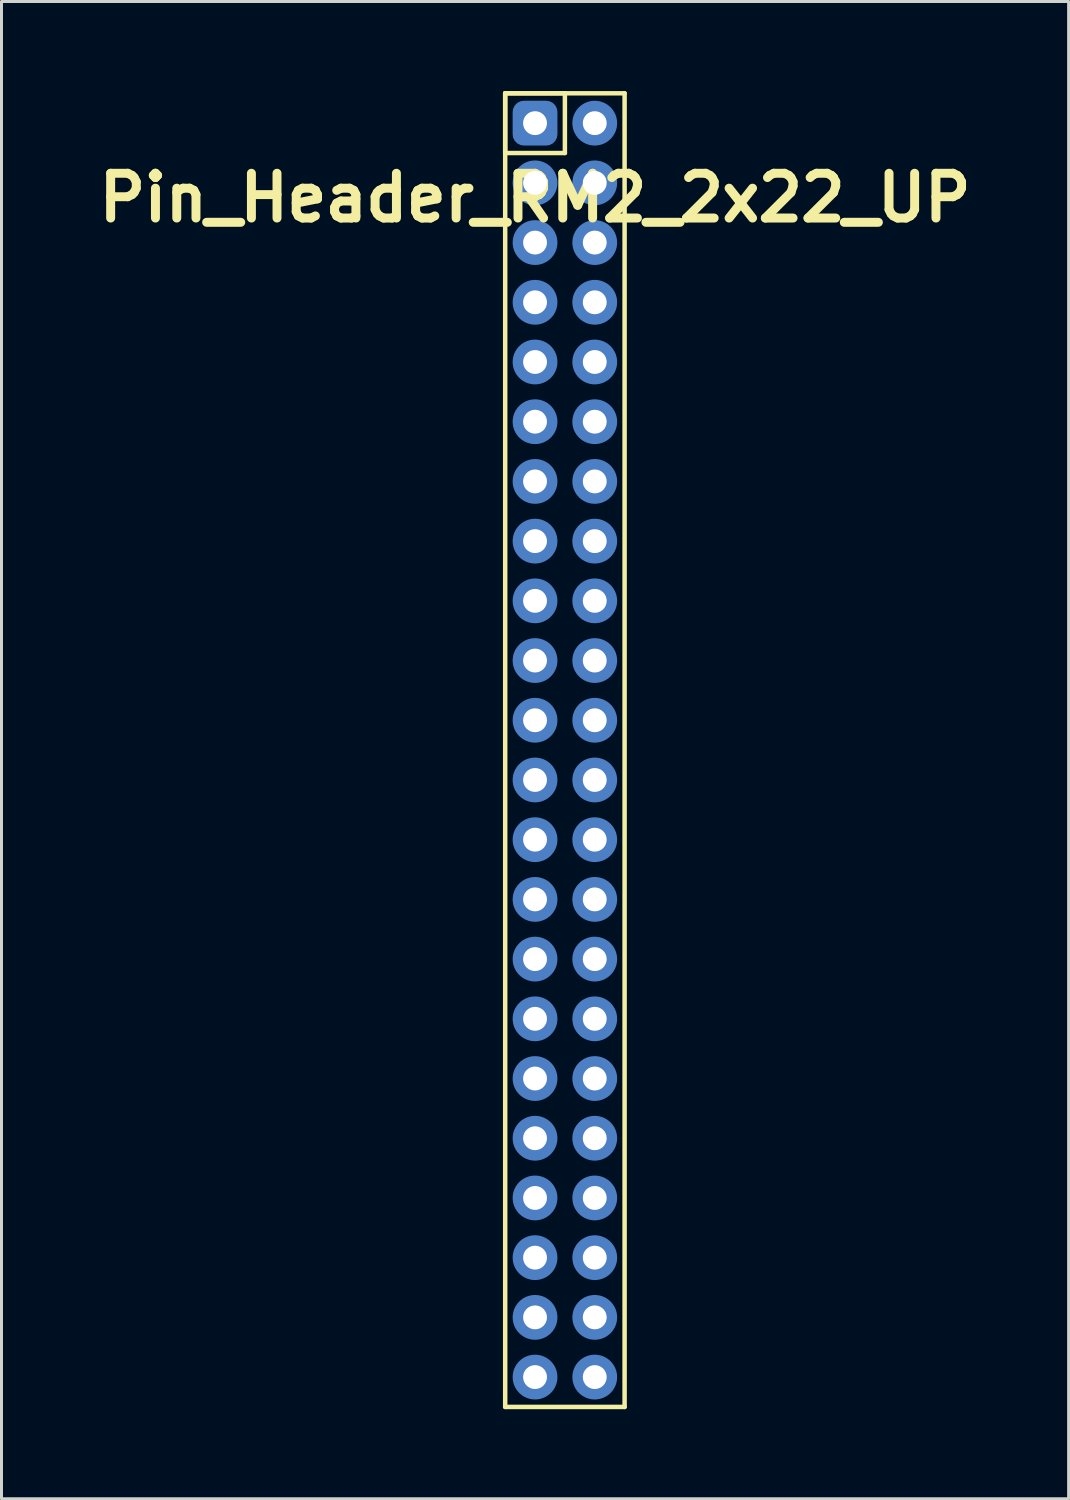
<source format=kicad_pcb>
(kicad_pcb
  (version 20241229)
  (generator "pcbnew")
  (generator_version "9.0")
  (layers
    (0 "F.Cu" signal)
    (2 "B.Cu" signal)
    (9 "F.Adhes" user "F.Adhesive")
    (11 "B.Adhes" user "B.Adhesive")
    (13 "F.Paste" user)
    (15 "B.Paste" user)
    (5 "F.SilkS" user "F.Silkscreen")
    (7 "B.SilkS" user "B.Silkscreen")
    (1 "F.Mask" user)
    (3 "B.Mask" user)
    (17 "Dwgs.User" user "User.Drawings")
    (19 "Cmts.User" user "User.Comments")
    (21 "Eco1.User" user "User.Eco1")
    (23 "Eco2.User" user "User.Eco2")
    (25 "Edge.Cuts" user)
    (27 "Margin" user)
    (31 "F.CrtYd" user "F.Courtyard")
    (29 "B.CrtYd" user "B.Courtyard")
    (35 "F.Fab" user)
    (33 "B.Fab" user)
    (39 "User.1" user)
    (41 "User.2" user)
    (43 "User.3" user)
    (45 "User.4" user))
  (footprint "Pin_Header_RM2_2x22_UP"
    (layer "F.Cu")
    (at 14.871 1.075)
    (property "Reference" "Pin_Header_RM2_2x22_UP" (at 0 2.5 0) (layer "F.SilkS") (effects (font (size 1.5 1.5) (thickness 0.3))))
    (attr through_hole)
    (fp_line (start -1 -1) (end 1 -1) (stroke (width 0.15) (type solid)) (layer "F.SilkS"))
    (fp_line (start -1 -1) (end 3 -1) (stroke (width 0.15) (type solid)) (layer "F.SilkS"))
    (fp_line (start -1 1) (end -1 -1) (stroke (width 0.15) (type solid)) (layer "F.SilkS"))
    (fp_line (start -1 43) (end -1 -1) (stroke (width 0.15) (type solid)) (layer "F.SilkS"))
    (fp_line (start 1 -1) (end 1 1) (stroke (width 0.15) (type solid)) (layer "F.SilkS"))
    (fp_line (start 1 1) (end -1 1) (stroke (width 0.15) (type solid)) (layer "F.SilkS"))
    (fp_line (start 3 -1) (end 3 43) (stroke (width 0.15) (type solid)) (layer "F.SilkS"))
    (fp_line (start 3 43) (end -1 43) (stroke (width 0.15) (type solid)) (layer "F.SilkS"))
    (pad "1" thru_hole circle (at 0 0) (size 1.1 1.1) (drill 0.8) (layers "*.Cu" "*.Mask"))
    (pad "1" smd roundrect (at 0 0) (size 1.25 1.25) (layers "F.Cu" "F.Mask") (roundrect_rratio 0.25))
    (pad "1" smd roundrect (at 0 0) (size 1.5 1.5) (layers "B.Cu" "B.Mask") (roundrect_rratio 0.25))
    (pad "2" thru_hole circle (at 2 0) (size 1.1 1.1) (drill 0.8) (layers "*.Cu" "*.Mask"))
    (pad "2" smd circle (at 2 0) (size 1.25 1.25) (layers "F.Cu" "F.Mask"))
    (pad "2" smd circle (at 2 0) (size 1.5 1.5) (layers "B.Cu" "B.Mask"))
    (pad "3" thru_hole circle (at 0 2) (size 1.1 1.1) (drill 0.8) (layers "*.Cu" "*.Mask"))
    (pad "3" smd circle (at 0 2) (size 1.25 1.25) (layers "F.Cu" "F.Mask"))
    (pad "3" smd circle (at 0 2) (size 1.5 1.5) (layers "B.Cu" "B.Mask"))
    (pad "4" thru_hole circle (at 2 2) (size 1.1 1.1) (drill 0.8) (layers "*.Cu" "*.Mask"))
    (pad "4" smd circle (at 2 2) (size 1.25 1.25) (layers "F.Cu" "F.Mask"))
    (pad "4" smd circle (at 2 2) (size 1.5 1.5) (layers "B.Cu" "B.Mask"))
    (pad "5" thru_hole circle (at 0 4) (size 1.1 1.1) (drill 0.8) (layers "*.Cu" "*.Mask"))
    (pad "5" smd circle (at 0 4) (size 1.25 1.25) (layers "F.Cu" "F.Mask"))
    (pad "5" smd circle (at 0 4) (size 1.5 1.5) (layers "B.Cu" "B.Mask"))
    (pad "6" thru_hole circle (at 2 4) (size 1.1 1.1) (drill 0.8) (layers "*.Cu" "*.Mask"))
    (pad "6" smd circle (at 2 4) (size 1.25 1.25) (layers "F.Cu" "F.Mask"))
    (pad "6" smd circle (at 2 4) (size 1.5 1.5) (layers "B.Cu" "B.Mask"))
    (pad "7" thru_hole circle (at 0 6) (size 1.1 1.1) (drill 0.8) (layers "*.Cu" "*.Mask"))
    (pad "7" smd circle (at 0 6) (size 1.25 1.25) (layers "F.Cu" "F.Mask"))
    (pad "7" smd circle (at 0 6) (size 1.5 1.5) (layers "B.Cu" "B.Mask"))
    (pad "8" thru_hole circle (at 2 6) (size 1.1 1.1) (drill 0.8) (layers "*.Cu" "*.Mask"))
    (pad "8" smd circle (at 2 6) (size 1.25 1.25) (layers "F.Cu" "F.Mask"))
    (pad "8" smd circle (at 2 6) (size 1.5 1.5) (layers "B.Cu" "B.Mask"))
    (pad "9" thru_hole circle (at 0 8) (size 1.1 1.1) (drill 0.8) (layers "*.Cu" "*.Mask"))
    (pad "9" smd circle (at 0 8) (size 1.25 1.25) (layers "F.Cu" "F.Mask"))
    (pad "9" smd circle (at 0 8) (size 1.5 1.5) (layers "B.Cu" "B.Mask"))
    (pad "10" thru_hole circle (at 2 8) (size 1.1 1.1) (drill 0.8) (layers "*.Cu" "*.Mask"))
    (pad "10" smd circle (at 2 8) (size 1.25 1.25) (layers "F.Cu" "F.Mask"))
    (pad "10" smd circle (at 2 8) (size 1.5 1.5) (layers "B.Cu" "B.Mask"))
    (pad "11" thru_hole circle (at 0 10) (size 1.1 1.1) (drill 0.8) (layers "*.Cu" "*.Mask"))
    (pad "11" smd circle (at 0 10) (size 1.25 1.25) (layers "F.Cu" "F.Mask"))
    (pad "11" smd circle (at 0 10) (size 1.5 1.5) (layers "B.Cu" "B.Mask"))
    (pad "12" thru_hole circle (at 2 10) (size 1.1 1.1) (drill 0.8) (layers "*.Cu" "*.Mask"))
    (pad "12" smd circle (at 2 10) (size 1.25 1.25) (layers "F.Cu" "F.Mask"))
    (pad "12" smd circle (at 2 10) (size 1.5 1.5) (layers "B.Cu" "B.Mask"))
    (pad "13" thru_hole circle (at 0 12) (size 1.1 1.1) (drill 0.8) (layers "*.Cu" "*.Mask"))
    (pad "13" smd circle (at 0 12) (size 1.25 1.25) (layers "F.Cu" "F.Mask"))
    (pad "13" smd circle (at 0 12) (size 1.5 1.5) (layers "B.Cu" "B.Mask"))
    (pad "14" thru_hole circle (at 2 12) (size 1.1 1.1) (drill 0.8) (layers "*.Cu" "*.Mask"))
    (pad "14" smd circle (at 2 12) (size 1.25 1.25) (layers "F.Cu" "F.Mask"))
    (pad "14" smd circle (at 2 12) (size 1.5 1.5) (layers "B.Cu" "B.Mask"))
    (pad "15" thru_hole circle (at 0 14) (size 1.1 1.1) (drill 0.8) (layers "*.Cu" "*.Mask"))
    (pad "15" smd circle (at 0 14) (size 1.25 1.25) (layers "F.Cu" "F.Mask"))
    (pad "15" smd circle (at 0 14) (size 1.5 1.5) (layers "B.Cu" "B.Mask"))
    (pad "16" thru_hole circle (at 2 14) (size 1.1 1.1) (drill 0.8) (layers "*.Cu" "*.Mask"))
    (pad "16" smd circle (at 2 14) (size 1.25 1.25) (layers "F.Cu" "F.Mask"))
    (pad "16" smd circle (at 2 14) (size 1.5 1.5) (layers "B.Cu" "B.Mask"))
    (pad "17" thru_hole circle (at 0 16) (size 1.1 1.1) (drill 0.8) (layers "*.Cu" "*.Mask"))
    (pad "17" smd circle (at 0 16) (size 1.25 1.25) (layers "F.Cu" "F.Mask"))
    (pad "17" smd circle (at 0 16) (size 1.5 1.5) (layers "B.Cu" "B.Mask"))
    (pad "18" thru_hole circle (at 2 16) (size 1.1 1.1) (drill 0.8) (layers "*.Cu" "*.Mask"))
    (pad "18" smd circle (at 2 16) (size 1.25 1.25) (layers "F.Cu" "F.Mask"))
    (pad "18" smd circle (at 2 16) (size 1.5 1.5) (layers "B.Cu" "B.Mask"))
    (pad "19" thru_hole circle (at 0 18) (size 1.1 1.1) (drill 0.8) (layers "*.Cu" "*.Mask"))
    (pad "19" smd circle (at 0 18) (size 1.25 1.25) (layers "F.Cu" "F.Mask"))
    (pad "19" smd circle (at 0 18) (size 1.5 1.5) (layers "B.Cu" "B.Mask"))
    (pad "20" thru_hole circle (at 2 18) (size 1.1 1.1) (drill 0.8) (layers "*.Cu" "*.Mask"))
    (pad "20" smd circle (at 2 18) (size 1.25 1.25) (layers "F.Cu" "F.Mask"))
    (pad "20" smd circle (at 2 18) (size 1.5 1.5) (layers "B.Cu" "B.Mask"))
    (pad "21" thru_hole circle (at 0 20) (size 1.1 1.1) (drill 0.8) (layers "*.Cu" "*.Mask"))
    (pad "21" smd circle (at 0 20) (size 1.25 1.25) (layers "F.Cu" "F.Mask"))
    (pad "21" smd circle (at 0 20) (size 1.5 1.5) (layers "B.Cu" "B.Mask"))
    (pad "22" thru_hole circle (at 2 20) (size 1.1 1.1) (drill 0.8) (layers "*.Cu" "*.Mask"))
    (pad "22" smd circle (at 2 20) (size 1.25 1.25) (layers "F.Cu" "F.Mask"))
    (pad "22" smd circle (at 2 20) (size 1.5 1.5) (layers "B.Cu" "B.Mask"))
    (pad "23" thru_hole circle (at 0 22) (size 1.1 1.1) (drill 0.8) (layers "*.Cu" "*.Mask"))
    (pad "23" smd circle (at 0 22) (size 1.25 1.25) (layers "F.Cu" "F.Mask"))
    (pad "23" smd circle (at 0 22) (size 1.5 1.5) (layers "B.Cu" "B.Mask"))
    (pad "24" thru_hole circle (at 2 22) (size 1.1 1.1) (drill 0.8) (layers "*.Cu" "*.Mask"))
    (pad "24" smd circle (at 2 22) (size 1.25 1.25) (layers "F.Cu" "F.Mask"))
    (pad "24" smd circle (at 2 22) (size 1.5 1.5) (layers "B.Cu" "B.Mask"))
    (pad "25" thru_hole circle (at 0 24) (size 1.1 1.1) (drill 0.8) (layers "*.Cu" "*.Mask"))
    (pad "25" smd circle (at 0 24) (size 1.25 1.25) (layers "F.Cu" "F.Mask"))
    (pad "25" smd circle (at 0 24) (size 1.5 1.5) (layers "B.Cu" "B.Mask"))
    (pad "26" thru_hole circle (at 2 24) (size 1.1 1.1) (drill 0.8) (layers "*.Cu" "*.Mask"))
    (pad "26" smd circle (at 2 24) (size 1.25 1.25) (layers "F.Cu" "F.Mask"))
    (pad "26" smd circle (at 2 24) (size 1.5 1.5) (layers "B.Cu" "B.Mask"))
    (pad "27" thru_hole circle (at 0 26) (size 1.1 1.1) (drill 0.8) (layers "*.Cu" "*.Mask"))
    (pad "27" smd circle (at 0 26) (size 1.25 1.25) (layers "F.Cu" "F.Mask"))
    (pad "27" smd circle (at 0 26) (size 1.5 1.5) (layers "B.Cu" "B.Mask"))
    (pad "28" thru_hole circle (at 2 26) (size 1.1 1.1) (drill 0.8) (layers "*.Cu" "*.Mask"))
    (pad "28" smd circle (at 2 26) (size 1.25 1.25) (layers "F.Cu" "F.Mask"))
    (pad "28" smd circle (at 2 26) (size 1.5 1.5) (layers "B.Cu" "B.Mask"))
    (pad "29" thru_hole circle (at 0 28) (size 1.1 1.1) (drill 0.8) (layers "*.Cu" "*.Mask"))
    (pad "29" smd circle (at 0 28) (size 1.25 1.25) (layers "F.Cu" "F.Mask"))
    (pad "29" smd circle (at 0 28) (size 1.5 1.5) (layers "B.Cu" "B.Mask"))
    (pad "30" thru_hole circle (at 2 28) (size 1.1 1.1) (drill 0.8) (layers "*.Cu" "*.Mask"))
    (pad "30" smd circle (at 2 28) (size 1.25 1.25) (layers "F.Cu" "F.Mask"))
    (pad "30" smd circle (at 2 28) (size 1.5 1.5) (layers "B.Cu" "B.Mask"))
    (pad "31" thru_hole circle (at 0 30) (size 1.1 1.1) (drill 0.8) (layers "*.Cu" "*.Mask"))
    (pad "31" smd circle (at 0 30) (size 1.25 1.25) (layers "F.Cu" "F.Mask"))
    (pad "31" smd circle (at 0 30) (size 1.5 1.5) (layers "B.Cu" "B.Mask"))
    (pad "32" thru_hole circle (at 2 30) (size 1.1 1.1) (drill 0.8) (layers "*.Cu" "*.Mask"))
    (pad "32" smd circle (at 2 30) (size 1.25 1.25) (layers "F.Cu" "F.Mask"))
    (pad "32" smd circle (at 2 30) (size 1.5 1.5) (layers "B.Cu" "B.Mask"))
    (pad "33" thru_hole circle (at 0 32) (size 1.1 1.1) (drill 0.8) (layers "*.Cu" "*.Mask"))
    (pad "33" smd circle (at 0 32) (size 1.25 1.25) (layers "F.Cu" "F.Mask"))
    (pad "33" smd circle (at 0 32) (size 1.5 1.5) (layers "B.Cu" "B.Mask"))
    (pad "34" thru_hole circle (at 2 32) (size 1.1 1.1) (drill 0.8) (layers "*.Cu" "*.Mask"))
    (pad "34" smd circle (at 2 32) (size 1.25 1.25) (layers "F.Cu" "F.Mask"))
    (pad "34" smd circle (at 2 32) (size 1.5 1.5) (layers "B.Cu" "B.Mask"))
    (pad "35" thru_hole circle (at 0 34) (size 1.1 1.1) (drill 0.8) (layers "*.Cu" "*.Mask"))
    (pad "35" smd circle (at 0 34) (size 1.25 1.25) (layers "F.Cu" "F.Mask"))
    (pad "35" smd circle (at 0 34) (size 1.5 1.5) (layers "B.Cu" "B.Mask"))
    (pad "36" thru_hole circle (at 2 34) (size 1.1 1.1) (drill 0.8) (layers "*.Cu" "*.Mask"))
    (pad "36" smd circle (at 2 34) (size 1.25 1.25) (layers "F.Cu" "F.Mask"))
    (pad "36" smd circle (at 2 34) (size 1.5 1.5) (layers "B.Cu" "B.Mask"))
    (pad "37" thru_hole circle (at 0 36) (size 1.1 1.1) (drill 0.8) (layers "*.Cu" "*.Mask"))
    (pad "37" smd circle (at 0 36) (size 1.25 1.25) (layers "F.Cu" "F.Mask"))
    (pad "37" smd circle (at 0 36) (size 1.5 1.5) (layers "B.Cu" "B.Mask"))
    (pad "38" thru_hole circle (at 2 36) (size 1.1 1.1) (drill 0.8) (layers "*.Cu" "*.Mask"))
    (pad "38" smd circle (at 2 36) (size 1.25 1.25) (layers "F.Cu" "F.Mask"))
    (pad "38" smd circle (at 2 36) (size 1.5 1.5) (layers "B.Cu" "B.Mask"))
    (pad "39" thru_hole circle (at 0 38) (size 1.1 1.1) (drill 0.8) (layers "*.Cu" "*.Mask"))
    (pad "39" smd circle (at 0 38) (size 1.25 1.25) (layers "F.Cu" "F.Mask"))
    (pad "39" smd circle (at 0 38) (size 1.5 1.5) (layers "B.Cu" "B.Mask"))
    (pad "40" thru_hole circle (at 2 38) (size 1.1 1.1) (drill 0.8) (layers "*.Cu" "*.Mask"))
    (pad "40" smd circle (at 2 38) (size 1.25 1.25) (layers "F.Cu" "F.Mask"))
    (pad "40" smd circle (at 2 38) (size 1.5 1.5) (layers "B.Cu" "B.Mask"))
    (pad "41" thru_hole circle (at 0 40) (size 1.1 1.1) (drill 0.8) (layers "*.Cu" "*.Mask"))
    (pad "41" smd circle (at 0 40) (size 1.25 1.25) (layers "F.Cu" "F.Mask"))
    (pad "41" smd circle (at 0 40) (size 1.5 1.5) (layers "B.Cu" "B.Mask"))
    (pad "42" thru_hole circle (at 2 40) (size 1.1 1.1) (drill 0.8) (layers "*.Cu" "*.Mask"))
    (pad "42" smd circle (at 2 40) (size 1.25 1.25) (layers "F.Cu" "F.Mask"))
    (pad "42" smd circle (at 2 40) (size 1.5 1.5) (layers "B.Cu" "B.Mask"))
    (pad "43" thru_hole circle (at 0 42) (size 1.1 1.1) (drill 0.8) (layers "*.Cu" "*.Mask"))
    (pad "43" smd circle (at 0 42) (size 1.25 1.25) (layers "F.Cu" "F.Mask"))
    (pad "43" smd circle (at 0 42) (size 1.5 1.5) (layers "B.Cu" "B.Mask"))
    (pad "44" thru_hole circle (at 2 42) (size 1.1 1.1) (drill 0.8) (layers "*.Cu" "*.Mask"))
    (pad "44" smd circle (at 2 42) (size 1.25 1.25) (layers "F.Cu" "F.Mask"))
    (pad "44" smd circle (at 2 42) (size 1.5 1.5) (layers "B.Cu" "B.Mask")))
  (gr_rect
    (start -3 -3)
    (end 32.743 47.15)
    (stroke (width 0.1) (type default))
    (fill no)
    (layer "Edge.Cuts")))
</source>
